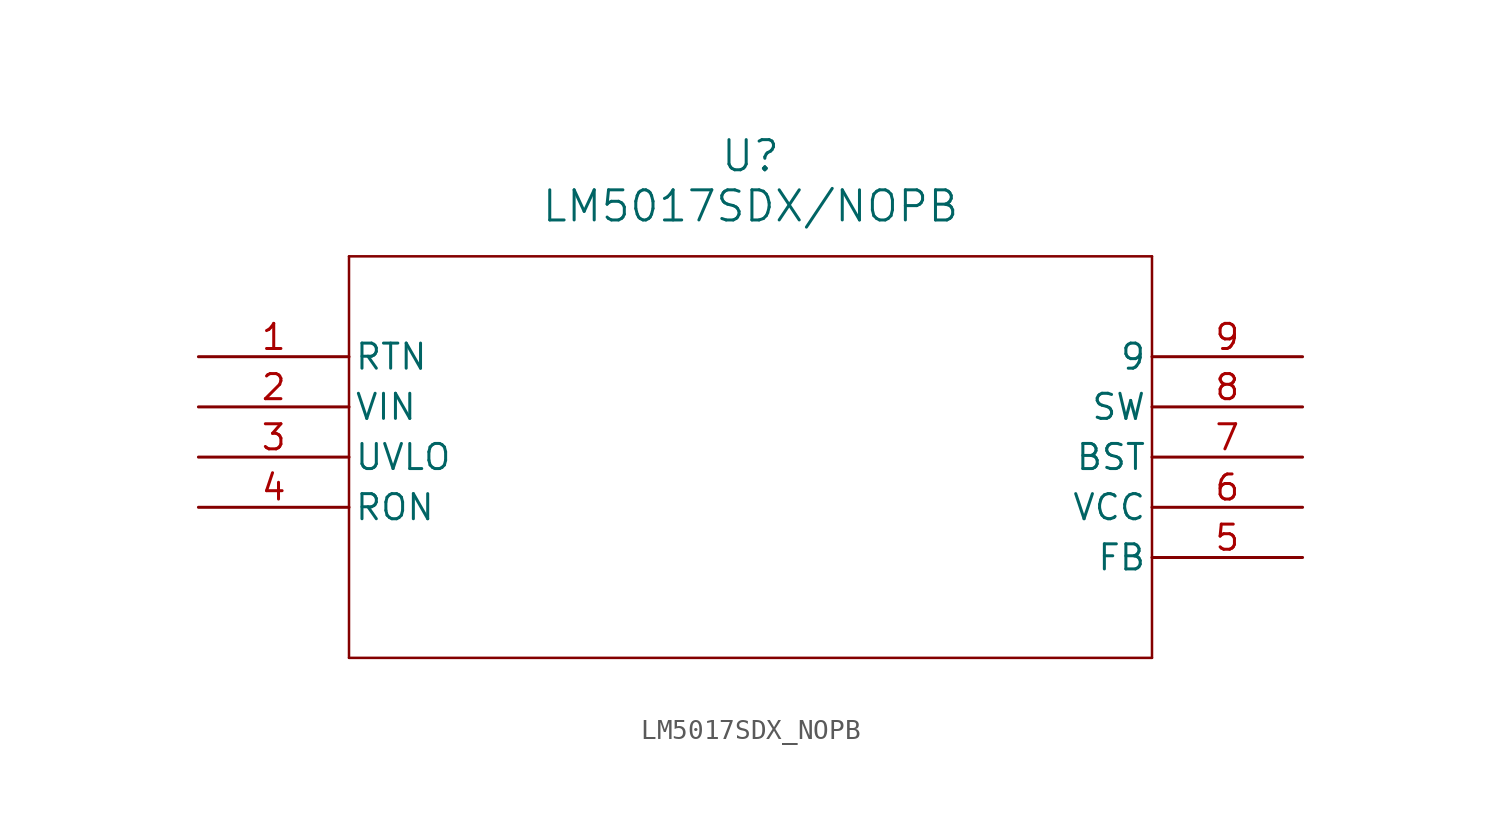
<source format=kicad_sym>
(kicad_symbol_lib
  (version 20211014)
  (generator kicad_symbol_editor)
  (symbol "LM5017SDX_NOPB"
    (pin_names
      (offset 0.254))
    (property "Reference" "U"
      (at 27.94 10.16 0)
      (effects (font (size 1.524 1.524))))
    (property "Value" "LM5017SDX/NOPB"
      (at 27.94 7.62 0)
      (effects (font (size 1.524 1.524))))
    (symbol "LM5017SDX_NOPB_0_1"
      (polyline (pts (xy 7.62 5.08) (xy 7.62 -15.24)) (stroke (width 0.127) (type default) (color 0 0 0 0)) (fill (type none)))
      (polyline (pts (xy 7.62 -15.24) (xy 48.26 -15.24)) (stroke (width 0.127) (type default) (color 0 0 0 0)) (fill (type none)))
      (polyline (pts (xy 48.26 -15.24) (xy 48.26 5.08)) (stroke (width 0.127) (type default) (color 0 0 0 0)) (fill (type none)))
      (polyline (pts (xy 48.26 5.08) (xy 7.62 5.08)) (stroke (width 0.127) (type default) (color 0 0 0 0)) (fill (type none)))
      (pin power_in line (at 0 0 0) (length 7.62) (name "RTN" (effects (font (size 1.27 1.27)))) (number "1" (effects (font (size 1.27 1.27)))))
      (pin input line (at 0 -2.54 0) (length 7.62) (name "VIN" (effects (font (size 1.27 1.27)))) (number "2" (effects (font (size 1.27 1.27)))))
      (pin input line (at 0 -5.08 0) (length 7.62) (name "UVLO" (effects (font (size 1.27 1.27)))) (number "3" (effects (font (size 1.27 1.27)))))
      (pin unspecified line (at 0 -7.62 0) (length 7.62) (name "RON" (effects (font (size 1.27 1.27)))) (number "4" (effects (font (size 1.27 1.27)))))
      (pin input line (at 55.88 -10.16 180) (length 7.62) (name "FB" (effects (font (size 1.27 1.27)))) (number "5" (effects (font (size 1.27 1.27)))))
      (pin power_in line (at 55.88 -7.62 180) (length 7.62) (name "VCC" (effects (font (size 1.27 1.27)))) (number "6" (effects (font (size 1.27 1.27)))))
      (pin unspecified line (at 55.88 -5.08 180) (length 7.62) (name "BST" (effects (font (size 1.27 1.27)))) (number "7" (effects (font (size 1.27 1.27)))))
      (pin output line (at 55.88 -2.54 180) (length 7.62) (name "SW" (effects (font (size 1.27 1.27)))) (number "8" (effects (font (size 1.27 1.27)))))
      (pin unspecified line (at 55.88 0 180) (length 7.62) (name "9" (effects (font (size 1.27 1.27)))) (number "9" (effects (font (size 1.27 1.27))))))))
</source>
